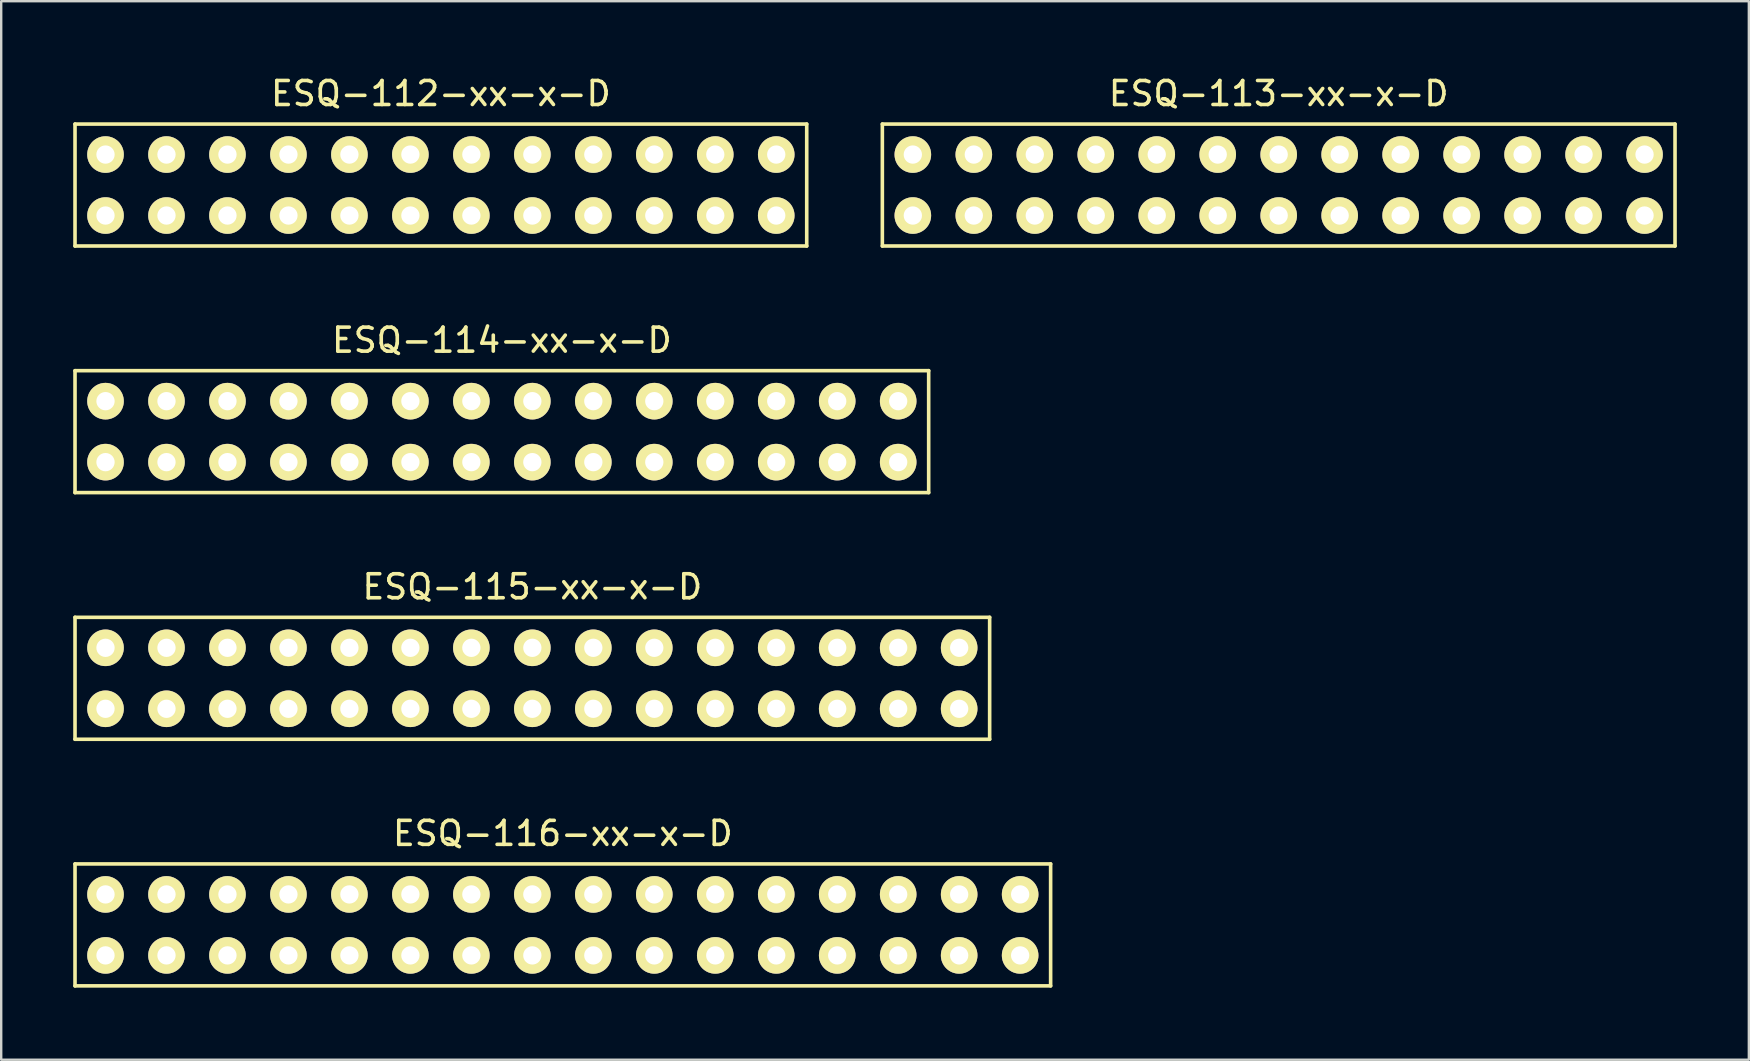
<source format=kicad_pcb>
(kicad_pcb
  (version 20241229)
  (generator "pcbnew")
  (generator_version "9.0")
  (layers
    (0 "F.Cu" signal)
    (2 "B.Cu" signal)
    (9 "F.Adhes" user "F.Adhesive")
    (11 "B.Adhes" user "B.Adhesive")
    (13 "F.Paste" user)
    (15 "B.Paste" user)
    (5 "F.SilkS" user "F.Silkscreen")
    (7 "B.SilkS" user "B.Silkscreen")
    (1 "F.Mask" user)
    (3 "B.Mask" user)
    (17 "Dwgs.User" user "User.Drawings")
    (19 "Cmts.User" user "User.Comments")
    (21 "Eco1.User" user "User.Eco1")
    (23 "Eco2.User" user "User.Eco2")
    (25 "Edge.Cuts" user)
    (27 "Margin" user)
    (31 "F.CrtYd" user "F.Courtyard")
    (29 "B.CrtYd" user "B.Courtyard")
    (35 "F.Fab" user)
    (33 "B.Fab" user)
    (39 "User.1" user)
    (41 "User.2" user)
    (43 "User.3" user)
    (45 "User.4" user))
  (footprint "ESQ-112-xx-x-D"
    (layer "F.Cu")
    (at 15.315 4.658)
    (property "Reference" "ESQ-112-xx-x-D" (at 0 -3.81 0) (layer "F.SilkS") (effects (font (size 1 1) (thickness 0.15))))
    (attr through_hole)
    (fp_line (start -15.24 -2.54) (end 15.24 -2.54) (stroke (width 0.15) (type solid)) (layer "F.SilkS"))
    (fp_line (start -15.24 2.54) (end -15.24 -2.54) (stroke (width 0.15) (type solid)) (layer "F.SilkS"))
    (fp_line (start 15.24 -2.54) (end 15.24 2.54) (stroke (width 0.15) (type solid)) (layer "F.SilkS"))
    (fp_line (start 15.24 2.54) (end -15.24 2.54) (stroke (width 0.15) (type solid)) (layer "F.SilkS"))
    (pad "1" thru_hole circle (at -13.97 -1.27) (size 1.524 1.524) (drill 0.762) (layers "*.Mask" "B.Cu" "F.SilkS"))
    (pad "2" thru_hole circle (at -13.97 1.27) (size 1.524 1.524) (drill 0.762) (layers "*.Mask" "B.Cu" "F.SilkS"))
    (pad "3" thru_hole circle (at -11.43 -1.27) (size 1.524 1.524) (drill 0.762) (layers "*.Mask" "B.Cu" "F.SilkS"))
    (pad "4" thru_hole circle (at -11.43 1.27) (size 1.524 1.524) (drill 0.762) (layers "*.Mask" "B.Cu" "F.SilkS"))
    (pad "5" thru_hole circle (at -8.89 -1.27) (size 1.524 1.524) (drill 0.762) (layers "*.Mask" "B.Cu" "F.SilkS"))
    (pad "6" thru_hole circle (at -8.89 1.27) (size 1.524 1.524) (drill 0.762) (layers "*.Mask" "B.Cu" "F.SilkS"))
    (pad "7" thru_hole circle (at -6.35 -1.27) (size 1.524 1.524) (drill 0.762) (layers "*.Mask" "B.Cu" "F.SilkS"))
    (pad "8" thru_hole circle (at -6.35 1.27) (size 1.524 1.524) (drill 0.762) (layers "*.Mask" "B.Cu" "F.SilkS"))
    (pad "9" thru_hole circle (at -3.81 -1.27) (size 1.524 1.524) (drill 0.762) (layers "*.Mask" "B.Cu" "F.SilkS"))
    (pad "10" thru_hole circle (at -3.81 1.27) (size 1.524 1.524) (drill 0.762) (layers "*.Mask" "B.Cu" "F.SilkS"))
    (pad "11" thru_hole circle (at -1.27 -1.27) (size 1.524 1.524) (drill 0.762) (layers "*.Mask" "B.Cu" "F.SilkS"))
    (pad "12" thru_hole circle (at -1.27 1.27) (size 1.524 1.524) (drill 0.762) (layers "*.Mask" "B.Cu" "F.SilkS"))
    (pad "13" thru_hole circle (at 1.27 -1.27) (size 1.524 1.524) (drill 0.762) (layers "*.Mask" "B.Cu" "F.SilkS"))
    (pad "14" thru_hole circle (at 1.27 1.27) (size 1.524 1.524) (drill 0.762) (layers "*.Mask" "B.Cu" "F.SilkS"))
    (pad "15" thru_hole circle (at 3.81 -1.27) (size 1.524 1.524) (drill 0.762) (layers "*.Mask" "B.Cu" "F.SilkS"))
    (pad "16" thru_hole circle (at 3.81 1.27) (size 1.524 1.524) (drill 0.762) (layers "*.Mask" "B.Cu" "F.SilkS"))
    (pad "17" thru_hole circle (at 6.35 -1.27) (size 1.524 1.524) (drill 0.762) (layers "*.Mask" "B.Cu" "F.SilkS"))
    (pad "18" thru_hole circle (at 6.35 1.27) (size 1.524 1.524) (drill 0.762) (layers "*.Mask" "B.Cu" "F.SilkS"))
    (pad "19" thru_hole circle (at 8.89 -1.27) (size 1.524 1.524) (drill 0.762) (layers "*.Mask" "B.Cu" "F.SilkS"))
    (pad "20" thru_hole circle (at 8.89 1.27) (size 1.524 1.524) (drill 0.762) (layers "*.Mask" "B.Cu" "F.SilkS"))
    (pad "21" thru_hole circle (at 11.43 -1.27) (size 1.524 1.524) (drill 0.762) (layers "*.Mask" "B.Cu" "F.SilkS"))
    (pad "22" thru_hole circle (at 11.43 1.27) (size 1.524 1.524) (drill 0.762) (layers "*.Mask" "B.Cu" "F.SilkS"))
    (pad "23" thru_hole circle (at 13.97 -1.27) (size 1.524 1.524) (drill 0.762) (layers "*.Mask" "B.Cu" "F.SilkS"))
    (pad "24" thru_hole circle (at 13.97 1.27) (size 1.524 1.524) (drill 0.762) (layers "*.Mask" "B.Cu" "F.SilkS")))
  (footprint "ESQ-114-xx-x-D"
    (layer "F.Cu")
    (at 17.855 14.931)
    (property "Reference" "ESQ-114-xx-x-D" (at 0 -3.81 0) (layer "F.SilkS") (effects (font (size 1 1) (thickness 0.15))))
    (attr through_hole)
    (fp_line (start -17.78 2.54) (end -17.78 -2.54) (stroke (width 0.15) (type solid)) (layer "F.SilkS"))
    (fp_line (start -17.78 2.54) (end 17.78 2.54) (stroke (width 0.15) (type solid)) (layer "F.SilkS"))
    (fp_line (start 17.78 -2.54) (end -17.78 -2.54) (stroke (width 0.15) (type solid)) (layer "F.SilkS"))
    (fp_line (start 17.78 -2.54) (end 17.78 2.54) (stroke (width 0.15) (type solid)) (layer "F.SilkS"))
    (pad "1" thru_hole circle (at -16.51 -1.27) (size 1.524 1.524) (drill 0.762) (layers "*.Mask" "B.Cu" "F.SilkS"))
    (pad "2" thru_hole circle (at -16.51 1.27) (size 1.524 1.524) (drill 0.762) (layers "*.Mask" "B.Cu" "F.SilkS"))
    (pad "3" thru_hole circle (at -13.97 -1.27) (size 1.524 1.524) (drill 0.762) (layers "*.Mask" "B.Cu" "F.SilkS"))
    (pad "4" thru_hole circle (at -13.97 1.27) (size 1.524 1.524) (drill 0.762) (layers "*.Mask" "B.Cu" "F.SilkS"))
    (pad "5" thru_hole circle (at -11.43 -1.27) (size 1.524 1.524) (drill 0.762) (layers "*.Mask" "B.Cu" "F.SilkS"))
    (pad "6" thru_hole circle (at -11.43 1.27) (size 1.524 1.524) (drill 0.762) (layers "*.Mask" "B.Cu" "F.SilkS"))
    (pad "7" thru_hole circle (at -8.89 -1.27) (size 1.524 1.524) (drill 0.762) (layers "*.Mask" "B.Cu" "F.SilkS"))
    (pad "8" thru_hole circle (at -8.89 1.27) (size 1.524 1.524) (drill 0.762) (layers "*.Mask" "B.Cu" "F.SilkS"))
    (pad "9" thru_hole circle (at -6.35 -1.27) (size 1.524 1.524) (drill 0.762) (layers "*.Mask" "B.Cu" "F.SilkS"))
    (pad "10" thru_hole circle (at -6.35 1.27) (size 1.524 1.524) (drill 0.762) (layers "*.Mask" "B.Cu" "F.SilkS"))
    (pad "11" thru_hole circle (at -3.81 -1.27) (size 1.524 1.524) (drill 0.762) (layers "*.Mask" "B.Cu" "F.SilkS"))
    (pad "12" thru_hole circle (at -3.81 1.27) (size 1.524 1.524) (drill 0.762) (layers "*.Mask" "B.Cu" "F.SilkS"))
    (pad "13" thru_hole circle (at -1.27 -1.27) (size 1.524 1.524) (drill 0.762) (layers "*.Mask" "B.Cu" "F.SilkS"))
    (pad "14" thru_hole circle (at -1.27 1.27) (size 1.524 1.524) (drill 0.762) (layers "*.Mask" "B.Cu" "F.SilkS"))
    (pad "15" thru_hole circle (at 1.27 -1.27) (size 1.524 1.524) (drill 0.762) (layers "*.Mask" "B.Cu" "F.SilkS"))
    (pad "16" thru_hole circle (at 1.27 1.27) (size 1.524 1.524) (drill 0.762) (layers "*.Mask" "B.Cu" "F.SilkS"))
    (pad "17" thru_hole circle (at 3.81 -1.27) (size 1.524 1.524) (drill 0.762) (layers "*.Mask" "B.Cu" "F.SilkS"))
    (pad "18" thru_hole circle (at 3.81 1.27) (size 1.524 1.524) (drill 0.762) (layers "*.Mask" "B.Cu" "F.SilkS"))
    (pad "19" thru_hole circle (at 6.35 -1.27) (size 1.524 1.524) (drill 0.762) (layers "*.Mask" "B.Cu" "F.SilkS"))
    (pad "20" thru_hole circle (at 6.35 1.27) (size 1.524 1.524) (drill 0.762) (layers "*.Mask" "B.Cu" "F.SilkS"))
    (pad "21" thru_hole circle (at 8.89 -1.27) (size 1.524 1.524) (drill 0.762) (layers "*.Mask" "B.Cu" "F.SilkS"))
    (pad "22" thru_hole circle (at 8.89 1.27) (size 1.524 1.524) (drill 0.762) (layers "*.Mask" "B.Cu" "F.SilkS"))
    (pad "23" thru_hole circle (at 11.43 -1.27) (size 1.524 1.524) (drill 0.762) (layers "*.Mask" "B.Cu" "F.SilkS"))
    (pad "24" thru_hole circle (at 11.43 1.27) (size 1.524 1.524) (drill 0.762) (layers "*.Mask" "B.Cu" "F.SilkS"))
    (pad "25" thru_hole circle (at 13.97 -1.27) (size 1.524 1.524) (drill 0.762) (layers "*.Mask" "B.Cu" "F.SilkS"))
    (pad "26" thru_hole circle (at 13.97 1.27) (size 1.524 1.524) (drill 0.762) (layers "*.Mask" "B.Cu" "F.SilkS"))
    (pad "27" thru_hole circle (at 16.51 -1.27) (size 1.524 1.524) (drill 0.762) (layers "*.Mask" "B.Cu" "F.SilkS"))
    (pad "28" thru_hole circle (at 16.51 1.27) (size 1.524 1.524) (drill 0.762) (layers "*.Mask" "B.Cu" "F.SilkS")))
  (footprint "ESQ-115-xx-x-D"
    (layer "F.Cu")
    (at 19.125 25.205)
    (property "Reference" "ESQ-115-xx-x-D" (at 0 -3.81 0) (layer "F.SilkS") (effects (font (size 1 1) (thickness 0.15))))
    (attr through_hole)
    (fp_line (start -19.05 2.54) (end -19.05 -2.54) (stroke (width 0.15) (type solid)) (layer "F.SilkS"))
    (fp_line (start -19.05 2.54) (end 19.05 2.54) (stroke (width 0.15) (type solid)) (layer "F.SilkS"))
    (fp_line (start 19.05 -2.54) (end -19.05 -2.54) (stroke (width 0.15) (type solid)) (layer "F.SilkS"))
    (fp_line (start 19.05 -2.54) (end 19.05 2.54) (stroke (width 0.15) (type solid)) (layer "F.SilkS"))
    (pad "1" thru_hole circle (at -17.78 -1.27) (size 1.524 1.524) (drill 0.762) (layers "*.Mask" "B.Cu" "F.SilkS"))
    (pad "2" thru_hole circle (at -17.78 1.27) (size 1.524 1.524) (drill 0.762) (layers "*.Mask" "B.Cu" "F.SilkS"))
    (pad "3" thru_hole circle (at -15.24 -1.27) (size 1.524 1.524) (drill 0.762) (layers "*.Mask" "B.Cu" "F.SilkS"))
    (pad "4" thru_hole circle (at -15.24 1.27) (size 1.524 1.524) (drill 0.762) (layers "*.Mask" "B.Cu" "F.SilkS"))
    (pad "5" thru_hole circle (at -12.7 -1.27) (size 1.524 1.524) (drill 0.762) (layers "*.Mask" "B.Cu" "F.SilkS"))
    (pad "6" thru_hole circle (at -12.7 1.27) (size 1.524 1.524) (drill 0.762) (layers "*.Mask" "B.Cu" "F.SilkS"))
    (pad "7" thru_hole circle (at -10.16 -1.27) (size 1.524 1.524) (drill 0.762) (layers "*.Mask" "B.Cu" "F.SilkS"))
    (pad "8" thru_hole circle (at -10.16 1.27) (size 1.524 1.524) (drill 0.762) (layers "*.Mask" "B.Cu" "F.SilkS"))
    (pad "9" thru_hole circle (at -7.62 -1.27) (size 1.524 1.524) (drill 0.762) (layers "*.Mask" "B.Cu" "F.SilkS"))
    (pad "10" thru_hole circle (at -7.62 1.27) (size 1.524 1.524) (drill 0.762) (layers "*.Mask" "B.Cu" "F.SilkS"))
    (pad "11" thru_hole circle (at -5.08 -1.27) (size 1.524 1.524) (drill 0.762) (layers "*.Mask" "B.Cu" "F.SilkS"))
    (pad "12" thru_hole circle (at -5.08 1.27) (size 1.524 1.524) (drill 0.762) (layers "*.Mask" "B.Cu" "F.SilkS"))
    (pad "13" thru_hole circle (at -2.54 -1.27) (size 1.524 1.524) (drill 0.762) (layers "*.Mask" "B.Cu" "F.SilkS"))
    (pad "14" thru_hole circle (at -2.54 1.27) (size 1.524 1.524) (drill 0.762) (layers "*.Mask" "B.Cu" "F.SilkS"))
    (pad "15" thru_hole circle (at 0 -1.27) (size 1.524 1.524) (drill 0.762) (layers "*.Mask" "B.Cu" "F.SilkS"))
    (pad "16" thru_hole circle (at 0 1.27) (size 1.524 1.524) (drill 0.762) (layers "*.Mask" "B.Cu" "F.SilkS"))
    (pad "17" thru_hole circle (at 2.54 -1.27) (size 1.524 1.524) (drill 0.762) (layers "*.Mask" "B.Cu" "F.SilkS"))
    (pad "18" thru_hole circle (at 2.54 1.27) (size 1.524 1.524) (drill 0.762) (layers "*.Mask" "B.Cu" "F.SilkS"))
    (pad "19" thru_hole circle (at 5.08 -1.27) (size 1.524 1.524) (drill 0.762) (layers "*.Mask" "B.Cu" "F.SilkS"))
    (pad "20" thru_hole circle (at 5.08 1.27) (size 1.524 1.524) (drill 0.762) (layers "*.Mask" "B.Cu" "F.SilkS"))
    (pad "21" thru_hole circle (at 7.62 -1.27) (size 1.524 1.524) (drill 0.762) (layers "*.Mask" "B.Cu" "F.SilkS"))
    (pad "22" thru_hole circle (at 7.62 1.27) (size 1.524 1.524) (drill 0.762) (layers "*.Mask" "B.Cu" "F.SilkS"))
    (pad "23" thru_hole circle (at 10.16 -1.27) (size 1.524 1.524) (drill 0.762) (layers "*.Mask" "B.Cu" "F.SilkS"))
    (pad "24" thru_hole circle (at 10.16 1.27) (size 1.524 1.524) (drill 0.762) (layers "*.Mask" "B.Cu" "F.SilkS"))
    (pad "25" thru_hole circle (at 12.7 -1.27) (size 1.524 1.524) (drill 0.762) (layers "*.Mask" "B.Cu" "F.SilkS"))
    (pad "26" thru_hole circle (at 12.7 1.27) (size 1.524 1.524) (drill 0.762) (layers "*.Mask" "B.Cu" "F.SilkS"))
    (pad "27" thru_hole circle (at 15.24 -1.27) (size 1.524 1.524) (drill 0.762) (layers "*.Mask" "B.Cu" "F.SilkS"))
    (pad "28" thru_hole circle (at 15.24 1.27) (size 1.524 1.524) (drill 0.762) (layers "*.Mask" "B.Cu" "F.SilkS"))
    (pad "29" thru_hole circle (at 17.78 -1.27) (size 1.524 1.524) (drill 0.762) (layers "*.Mask" "B.Cu" "F.SilkS"))
    (pad "30" thru_hole circle (at 17.78 1.27) (size 1.524 1.524) (drill 0.762) (layers "*.Mask" "B.Cu" "F.SilkS")))
  (footprint "ESQ-113-xx-x-D"
    (layer "F.Cu")
    (at 50.215 4.658)
    (property "Reference" "ESQ-113-xx-x-D" (at 0 -3.81 0) (layer "F.SilkS") (effects (font (size 1 1) (thickness 0.15))))
    (attr through_hole)
    (fp_line (start -16.51 -2.54) (end 16.51 -2.54) (stroke (width 0.15) (type solid)) (layer "F.SilkS"))
    (fp_line (start -16.51 2.54) (end -16.51 -2.54) (stroke (width 0.15) (type solid)) (layer "F.SilkS"))
    (fp_line (start 16.51 -2.54) (end 16.51 2.54) (stroke (width 0.15) (type solid)) (layer "F.SilkS"))
    (fp_line (start 16.51 2.54) (end -16.51 2.54) (stroke (width 0.15) (type solid)) (layer "F.SilkS"))
    (pad "1" thru_hole circle (at -15.24 -1.27) (size 1.524 1.524) (drill 0.762) (layers "*.Mask" "B.Cu" "F.SilkS"))
    (pad "2" thru_hole circle (at -15.24 1.27) (size 1.524 1.524) (drill 0.762) (layers "*.Mask" "B.Cu" "F.SilkS"))
    (pad "3" thru_hole circle (at -12.7 -1.27) (size 1.524 1.524) (drill 0.762) (layers "*.Mask" "B.Cu" "F.SilkS"))
    (pad "4" thru_hole circle (at -12.7 1.27) (size 1.524 1.524) (drill 0.762) (layers "*.Mask" "B.Cu" "F.SilkS"))
    (pad "5" thru_hole circle (at -10.16 -1.27) (size 1.524 1.524) (drill 0.762) (layers "*.Mask" "B.Cu" "F.SilkS"))
    (pad "6" thru_hole circle (at -10.16 1.27) (size 1.524 1.524) (drill 0.762) (layers "*.Mask" "B.Cu" "F.SilkS"))
    (pad "7" thru_hole circle (at -7.62 -1.27) (size 1.524 1.524) (drill 0.762) (layers "*.Mask" "B.Cu" "F.SilkS"))
    (pad "8" thru_hole circle (at -7.62 1.27) (size 1.524 1.524) (drill 0.762) (layers "*.Mask" "B.Cu" "F.SilkS"))
    (pad "9" thru_hole circle (at -5.08 -1.27) (size 1.524 1.524) (drill 0.762) (layers "*.Mask" "B.Cu" "F.SilkS"))
    (pad "10" thru_hole circle (at -5.08 1.27) (size 1.524 1.524) (drill 0.762) (layers "*.Mask" "B.Cu" "F.SilkS"))
    (pad "11" thru_hole circle (at -2.54 -1.27) (size 1.524 1.524) (drill 0.762) (layers "*.Mask" "B.Cu" "F.SilkS"))
    (pad "12" thru_hole circle (at -2.54 1.27) (size 1.524 1.524) (drill 0.762) (layers "*.Mask" "B.Cu" "F.SilkS"))
    (pad "13" thru_hole circle (at 0 -1.27) (size 1.524 1.524) (drill 0.762) (layers "*.Mask" "B.Cu" "F.SilkS"))
    (pad "14" thru_hole circle (at 0 1.27) (size 1.524 1.524) (drill 0.762) (layers "*.Mask" "B.Cu" "F.SilkS"))
    (pad "15" thru_hole circle (at 2.54 -1.27) (size 1.524 1.524) (drill 0.762) (layers "*.Mask" "B.Cu" "F.SilkS"))
    (pad "16" thru_hole circle (at 2.54 1.27) (size 1.524 1.524) (drill 0.762) (layers "*.Mask" "B.Cu" "F.SilkS"))
    (pad "17" thru_hole circle (at 5.08 -1.27) (size 1.524 1.524) (drill 0.762) (layers "*.Mask" "B.Cu" "F.SilkS"))
    (pad "18" thru_hole circle (at 5.08 1.27) (size 1.524 1.524) (drill 0.762) (layers "*.Mask" "B.Cu" "F.SilkS"))
    (pad "19" thru_hole circle (at 7.62 -1.27) (size 1.524 1.524) (drill 0.762) (layers "*.Mask" "B.Cu" "F.SilkS"))
    (pad "20" thru_hole circle (at 7.62 1.27) (size 1.524 1.524) (drill 0.762) (layers "*.Mask" "B.Cu" "F.SilkS"))
    (pad "21" thru_hole circle (at 10.16 -1.27) (size 1.524 1.524) (drill 0.762) (layers "*.Mask" "B.Cu" "F.SilkS"))
    (pad "22" thru_hole circle (at 10.16 1.27) (size 1.524 1.524) (drill 0.762) (layers "*.Mask" "B.Cu" "F.SilkS"))
    (pad "23" thru_hole circle (at 12.7 -1.27) (size 1.524 1.524) (drill 0.762) (layers "*.Mask" "B.Cu" "F.SilkS"))
    (pad "24" thru_hole circle (at 12.7 1.27) (size 1.524 1.524) (drill 0.762) (layers "*.Mask" "B.Cu" "F.SilkS"))
    (pad "25" thru_hole circle (at 15.24 -1.27) (size 1.524 1.524) (drill 0.762) (layers "*.Mask" "B.Cu" "F.SilkS"))
    (pad "26" thru_hole circle (at 15.24 1.27) (size 1.524 1.524) (drill 0.762) (layers "*.Mask" "B.Cu" "F.SilkS")))
  (footprint "ESQ-116-xx-x-D"
    (layer "F.Cu")
    (at 20.395 35.478)
    (property "Reference" "ESQ-116-xx-x-D" (at 0 -3.81 0) (layer "F.SilkS") (effects (font (size 1 1) (thickness 0.15))))
    (attr through_hole)
    (fp_line (start -20.32 2.54) (end -20.32 -2.54) (stroke (width 0.15) (type solid)) (layer "F.SilkS"))
    (fp_line (start -20.32 2.54) (end 20.32 2.54) (stroke (width 0.15) (type solid)) (layer "F.SilkS"))
    (fp_line (start 20.32 -2.54) (end -20.32 -2.54) (stroke (width 0.15) (type solid)) (layer "F.SilkS"))
    (fp_line (start 20.32 -2.54) (end 20.32 2.54) (stroke (width 0.15) (type solid)) (layer "F.SilkS"))
    (pad "1" thru_hole circle (at -19.05 -1.27) (size 1.524 1.524) (drill 0.762) (layers "*.Mask" "B.Cu" "F.SilkS"))
    (pad "2" thru_hole circle (at -19.05 1.27) (size 1.524 1.524) (drill 0.762) (layers "*.Mask" "B.Cu" "F.SilkS"))
    (pad "3" thru_hole circle (at -16.51 -1.27) (size 1.524 1.524) (drill 0.762) (layers "*.Mask" "B.Cu" "F.SilkS"))
    (pad "4" thru_hole circle (at -16.51 1.27) (size 1.524 1.524) (drill 0.762) (layers "*.Mask" "B.Cu" "F.SilkS"))
    (pad "5" thru_hole circle (at -13.97 -1.27) (size 1.524 1.524) (drill 0.762) (layers "*.Mask" "B.Cu" "F.SilkS"))
    (pad "6" thru_hole circle (at -13.97 1.27) (size 1.524 1.524) (drill 0.762) (layers "*.Mask" "B.Cu" "F.SilkS"))
    (pad "7" thru_hole circle (at -11.43 -1.27) (size 1.524 1.524) (drill 0.762) (layers "*.Mask" "B.Cu" "F.SilkS"))
    (pad "8" thru_hole circle (at -11.43 1.27) (size 1.524 1.524) (drill 0.762) (layers "*.Mask" "B.Cu" "F.SilkS"))
    (pad "9" thru_hole circle (at -8.89 -1.27) (size 1.524 1.524) (drill 0.762) (layers "*.Mask" "B.Cu" "F.SilkS"))
    (pad "10" thru_hole circle (at -8.89 1.27) (size 1.524 1.524) (drill 0.762) (layers "*.Mask" "B.Cu" "F.SilkS"))
    (pad "11" thru_hole circle (at -6.35 -1.27) (size 1.524 1.524) (drill 0.762) (layers "*.Mask" "B.Cu" "F.SilkS"))
    (pad "12" thru_hole circle (at -6.35 1.27) (size 1.524 1.524) (drill 0.762) (layers "*.Mask" "B.Cu" "F.SilkS"))
    (pad "13" thru_hole circle (at -3.81 -1.27) (size 1.524 1.524) (drill 0.762) (layers "*.Mask" "B.Cu" "F.SilkS"))
    (pad "14" thru_hole circle (at -3.81 1.27) (size 1.524 1.524) (drill 0.762) (layers "*.Mask" "B.Cu" "F.SilkS"))
    (pad "15" thru_hole circle (at -1.27 -1.27) (size 1.524 1.524) (drill 0.762) (layers "*.Mask" "B.Cu" "F.SilkS"))
    (pad "16" thru_hole circle (at -1.27 1.27) (size 1.524 1.524) (drill 0.762) (layers "*.Mask" "B.Cu" "F.SilkS"))
    (pad "17" thru_hole circle (at 1.27 -1.27) (size 1.524 1.524) (drill 0.762) (layers "*.Mask" "B.Cu" "F.SilkS"))
    (pad "18" thru_hole circle (at 1.27 1.27) (size 1.524 1.524) (drill 0.762) (layers "*.Mask" "B.Cu" "F.SilkS"))
    (pad "19" thru_hole circle (at 3.81 -1.27) (size 1.524 1.524) (drill 0.762) (layers "*.Mask" "B.Cu" "F.SilkS"))
    (pad "20" thru_hole circle (at 3.81 1.27) (size 1.524 1.524) (drill 0.762) (layers "*.Mask" "B.Cu" "F.SilkS"))
    (pad "21" thru_hole circle (at 6.35 -1.27) (size 1.524 1.524) (drill 0.762) (layers "*.Mask" "B.Cu" "F.SilkS"))
    (pad "22" thru_hole circle (at 6.35 1.27) (size 1.524 1.524) (drill 0.762) (layers "*.Mask" "B.Cu" "F.SilkS"))
    (pad "23" thru_hole circle (at 8.89 -1.27) (size 1.524 1.524) (drill 0.762) (layers "*.Mask" "B.Cu" "F.SilkS"))
    (pad "24" thru_hole circle (at 8.89 1.27) (size 1.524 1.524) (drill 0.762) (layers "*.Mask" "B.Cu" "F.SilkS"))
    (pad "25" thru_hole circle (at 11.43 -1.27) (size 1.524 1.524) (drill 0.762) (layers "*.Mask" "B.Cu" "F.SilkS"))
    (pad "26" thru_hole circle (at 11.43 1.27) (size 1.524 1.524) (drill 0.762) (layers "*.Mask" "B.Cu" "F.SilkS"))
    (pad "27" thru_hole circle (at 13.97 -1.27) (size 1.524 1.524) (drill 0.762) (layers "*.Mask" "B.Cu" "F.SilkS"))
    (pad "28" thru_hole circle (at 13.97 1.27) (size 1.524 1.524) (drill 0.762) (layers "*.Mask" "B.Cu" "F.SilkS"))
    (pad "29" thru_hole circle (at 16.51 -1.27) (size 1.524 1.524) (drill 0.762) (layers "*.Mask" "B.Cu" "F.SilkS"))
    (pad "30" thru_hole circle (at 16.51 1.27) (size 1.524 1.524) (drill 0.762) (layers "*.Mask" "B.Cu" "F.SilkS"))
    (pad "31" thru_hole circle (at 19.05 -1.27) (size 1.524 1.524) (drill 0.762) (layers "*.Mask" "B.Cu" "F.SilkS"))
    (pad "32" thru_hole circle (at 19.05 1.27) (size 1.524 1.524) (drill 0.762) (layers "*.Mask" "B.Cu" "F.SilkS")))
  (gr_rect
    (start -3 -3)
    (end 69.8 41.093)
    (stroke (width 0.1) (type default))
    (fill no)
    (layer "Edge.Cuts")))
</source>
